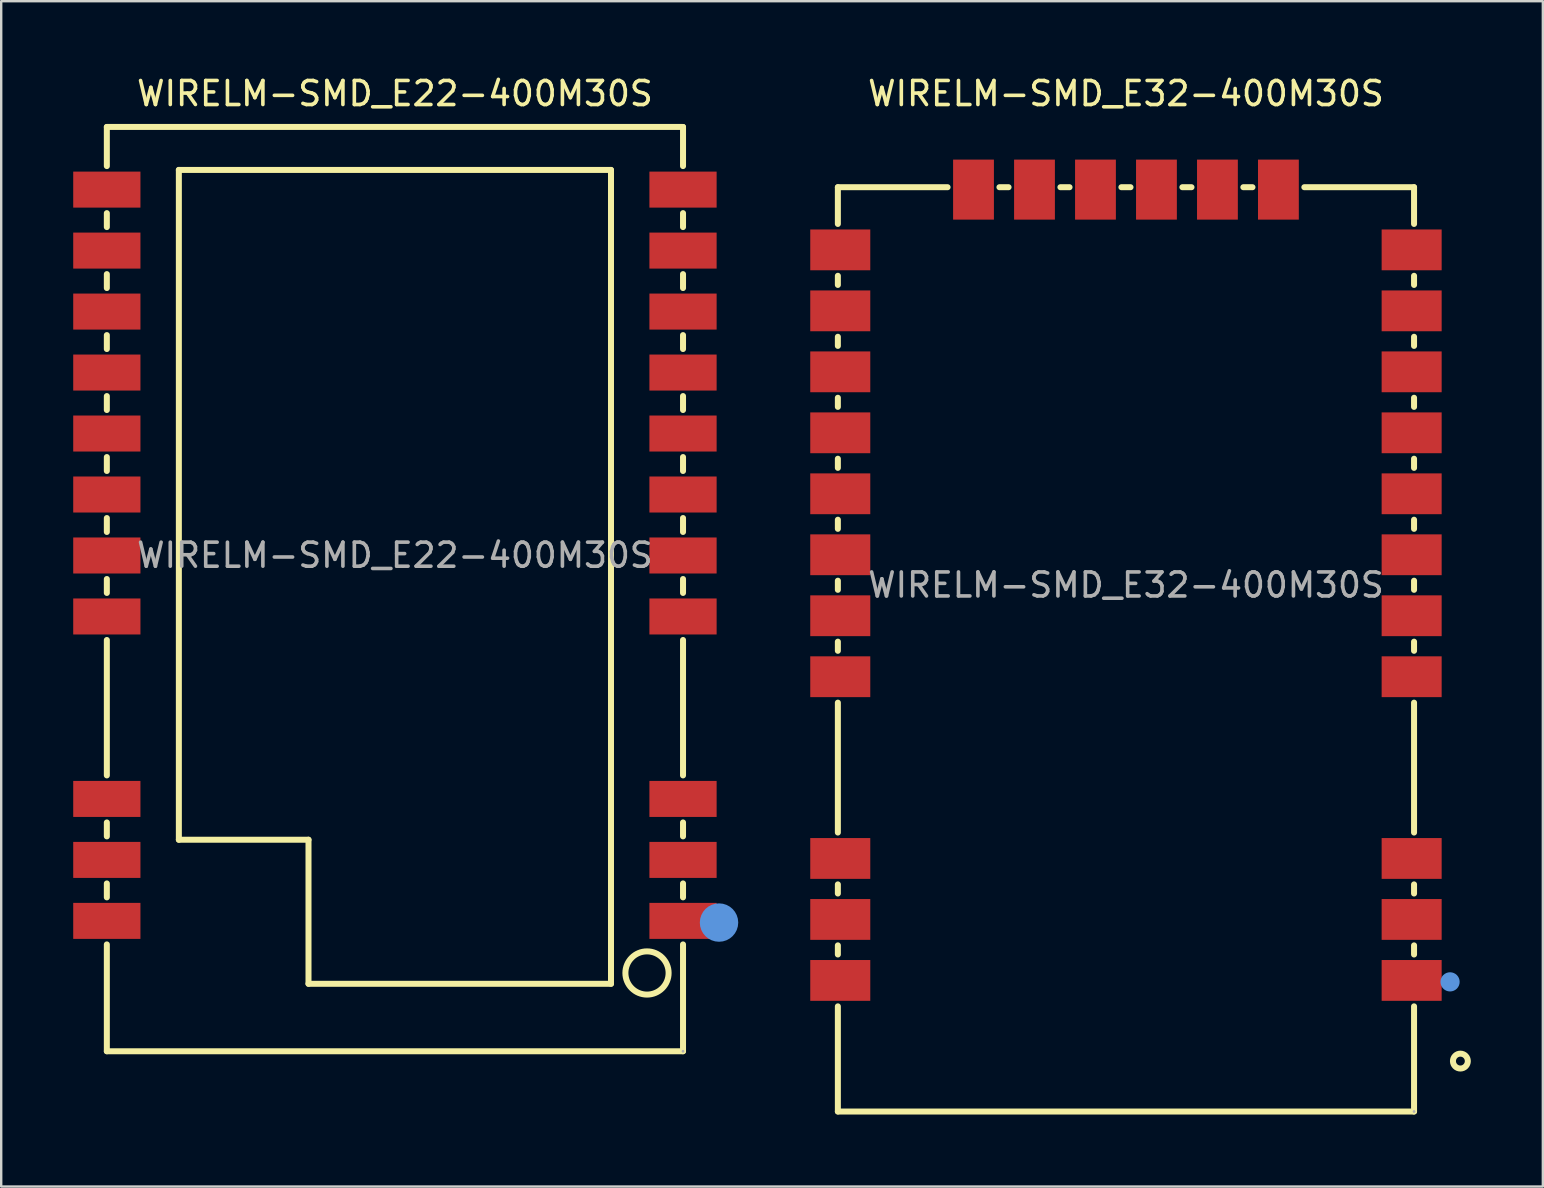
<source format=kicad_pcb>
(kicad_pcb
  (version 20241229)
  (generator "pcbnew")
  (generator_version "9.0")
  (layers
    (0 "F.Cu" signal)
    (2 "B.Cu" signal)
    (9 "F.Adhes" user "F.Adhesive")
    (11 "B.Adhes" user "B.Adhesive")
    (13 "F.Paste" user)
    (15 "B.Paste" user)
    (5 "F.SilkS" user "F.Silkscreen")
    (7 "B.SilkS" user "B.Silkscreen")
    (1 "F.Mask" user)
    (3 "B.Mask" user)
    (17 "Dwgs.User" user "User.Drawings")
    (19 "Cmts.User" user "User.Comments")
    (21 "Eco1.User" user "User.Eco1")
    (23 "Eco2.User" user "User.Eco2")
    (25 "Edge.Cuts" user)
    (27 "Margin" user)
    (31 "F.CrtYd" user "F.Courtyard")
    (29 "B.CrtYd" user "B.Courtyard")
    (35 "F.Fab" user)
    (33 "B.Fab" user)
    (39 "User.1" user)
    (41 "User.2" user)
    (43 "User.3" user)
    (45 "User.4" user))
  (footprint "WIRELM-SMD_E32-400M30S"
    (layer "F.Cu")
    (at 43.85 21.318)
    (property "Reference" "WIRELM-SMD_E32-400M30S" (at 0 -20.47 0) (layer "F.SilkS") (effects (font (size 1 1) (thickness 0.15))))
    (attr smd)
    (fp_line (start -12 -16.57) (end -12 -15.04) (stroke (width 0.25) (type solid)) (layer "F.SilkS"))
    (fp_line (start -12 -12.88) (end -12 -12.5) (stroke (width 0.25) (type solid)) (layer "F.SilkS"))
    (fp_line (start -12 -10.34) (end -12 -9.96) (stroke (width 0.25) (type solid)) (layer "F.SilkS"))
    (fp_line (start -12 -7.8) (end -12 -7.42) (stroke (width 0.25) (type solid)) (layer "F.SilkS"))
    (fp_line (start -12 -5.26) (end -12 -4.88) (stroke (width 0.25) (type solid)) (layer "F.SilkS"))
    (fp_line (start -12 -2.72) (end -12 -2.34) (stroke (width 0.25) (type solid)) (layer "F.SilkS"))
    (fp_line (start -12 -0.18) (end -12 0.2) (stroke (width 0.25) (type solid)) (layer "F.SilkS"))
    (fp_line (start -12 2.36) (end -12 2.74) (stroke (width 0.25) (type solid)) (layer "F.SilkS"))
    (fp_line (start -12 4.9) (end -12 10.31) (stroke (width 0.25) (type solid)) (layer "F.SilkS"))
    (fp_line (start -12 12.47) (end -12 12.85) (stroke (width 0.25) (type solid)) (layer "F.SilkS"))
    (fp_line (start -12 15.01) (end -12 15.39) (stroke (width 0.25) (type solid)) (layer "F.SilkS"))
    (fp_line (start -12 17.55) (end -12 21.93) (stroke (width 0.25) (type solid)) (layer "F.SilkS"))
    (fp_line (start -12 21.93) (end 12 21.93) (stroke (width 0.25) (type solid)) (layer "F.SilkS"))
    (fp_line (start -7.43 -16.57) (end -12 -16.57) (stroke (width 0.25) (type solid)) (layer "F.SilkS"))
    (fp_line (start -4.89 -16.57) (end -5.27 -16.57) (stroke (width 0.25) (type solid)) (layer "F.SilkS"))
    (fp_line (start -2.35 -16.57) (end -2.73 -16.57) (stroke (width 0.25) (type solid)) (layer "F.SilkS"))
    (fp_line (start 0.19 -16.57) (end -0.19 -16.57) (stroke (width 0.25) (type solid)) (layer "F.SilkS"))
    (fp_line (start 2.73 -16.57) (end 2.35 -16.57) (stroke (width 0.25) (type solid)) (layer "F.SilkS"))
    (fp_line (start 5.27 -16.57) (end 4.89 -16.57) (stroke (width 0.25) (type solid)) (layer "F.SilkS"))
    (fp_line (start 12 -16.57) (end 7.43 -16.57) (stroke (width 0.25) (type solid)) (layer "F.SilkS"))
    (fp_line (start 12 -15.04) (end 12 -16.57) (stroke (width 0.25) (type solid)) (layer "F.SilkS"))
    (fp_line (start 12 -12.5) (end 12 -12.88) (stroke (width 0.25) (type solid)) (layer "F.SilkS"))
    (fp_line (start 12 -9.96) (end 12 -10.34) (stroke (width 0.25) (type solid)) (layer "F.SilkS"))
    (fp_line (start 12 -7.42) (end 12 -7.8) (stroke (width 0.25) (type solid)) (layer "F.SilkS"))
    (fp_line (start 12 -4.88) (end 12 -5.26) (stroke (width 0.25) (type solid)) (layer "F.SilkS"))
    (fp_line (start 12 -2.34) (end 12 -2.72) (stroke (width 0.25) (type solid)) (layer "F.SilkS"))
    (fp_line (start 12 0.2) (end 12 -0.18) (stroke (width 0.25) (type solid)) (layer "F.SilkS"))
    (fp_line (start 12 2.74) (end 12 2.36) (stroke (width 0.25) (type solid)) (layer "F.SilkS"))
    (fp_line (start 12 10.31) (end 12 4.9) (stroke (width 0.25) (type solid)) (layer "F.SilkS"))
    (fp_line (start 12 12.85) (end 12 12.47) (stroke (width 0.25) (type solid)) (layer "F.SilkS"))
    (fp_line (start 12 15.39) (end 12 15.01) (stroke (width 0.25) (type solid)) (layer "F.SilkS"))
    (fp_line (start 12 21.93) (end 12 17.55) (stroke (width 0.25) (type solid)) (layer "F.SilkS"))
    (fp_circle (center 13.93 19.83) (end 14.24 19.83) (stroke (width 0.25) (type solid)) (fill no) (layer "F.SilkS"))
    (fp_circle (center 13.5 16.53) (end 13.7 16.53) (stroke (width 0.4) (type solid)) (fill no) (layer "Cmts.User"))
    (fp_circle (center 12 21.93) (end 12.03 21.93) (stroke (width 0.06) (type solid)) (fill no) (layer "F.Fab"))
    (fp_text user "${REFERENCE}" (at 0 0 0) (layer "F.Fab") (effects (font (size 1 1) (thickness 0.15))))
    (pad "1" smd rect (at 11.9 16.47 180) (size 2.5 1.7) (layers "F.Cu" "F.Mask" "F.Paste"))
    (pad "2" smd rect (at 11.9 13.93 180) (size 2.5 1.7) (layers "F.Cu" "F.Mask" "F.Paste"))
    (pad "3" smd rect (at 11.9 11.39 180) (size 2.5 1.7) (layers "F.Cu" "F.Mask" "F.Paste"))
    (pad "4" smd rect (at 11.9 3.82) (size 2.5 1.7) (layers "F.Cu" "F.Mask" "F.Paste"))
    (pad "5" smd rect (at 11.9 1.28) (size 2.5 1.7) (layers "F.Cu" "F.Mask" "F.Paste"))
    (pad "6" smd rect (at 11.9 -1.26) (size 2.5 1.7) (layers "F.Cu" "F.Mask" "F.Paste"))
    (pad "7" smd rect (at 11.9 -3.8) (size 2.5 1.7) (layers "F.Cu" "F.Mask" "F.Paste"))
    (pad "8" smd rect (at 11.9 -6.34) (size 2.5 1.7) (layers "F.Cu" "F.Mask" "F.Paste"))
    (pad "9" smd rect (at 11.9 -8.88) (size 2.5 1.7) (layers "F.Cu" "F.Mask" "F.Paste"))
    (pad "10" smd rect (at 11.9 -11.42) (size 2.5 1.7) (layers "F.Cu" "F.Mask" "F.Paste"))
    (pad "11" smd rect (at 11.9 -13.96) (size 2.5 1.7) (layers "F.Cu" "F.Mask" "F.Paste"))
    (pad "12" smd rect (at 6.35 -16.47 90) (size 2.5 1.7) (layers "F.Cu" "F.Mask" "F.Paste"))
    (pad "13" smd rect (at 3.81 -16.47 90) (size 2.5 1.7) (layers "F.Cu" "F.Mask" "F.Paste"))
    (pad "14" smd rect (at 1.27 -16.47 90) (size 2.5 1.7) (layers "F.Cu" "F.Mask" "F.Paste"))
    (pad "15" smd rect (at -1.27 -16.47 90) (size 2.5 1.7) (layers "F.Cu" "F.Mask" "F.Paste"))
    (pad "16" smd rect (at -3.81 -16.47 90) (size 2.5 1.7) (layers "F.Cu" "F.Mask" "F.Paste"))
    (pad "17" smd rect (at -6.35 -16.47 90) (size 2.5 1.7) (layers "F.Cu" "F.Mask" "F.Paste"))
    (pad "18" smd rect (at -11.9 -13.96) (size 2.5 1.7) (layers "F.Cu" "F.Mask" "F.Paste"))
    (pad "19" smd rect (at -11.9 -11.42) (size 2.5 1.7) (layers "F.Cu" "F.Mask" "F.Paste"))
    (pad "20" smd rect (at -11.9 -8.88) (size 2.5 1.7) (layers "F.Cu" "F.Mask" "F.Paste"))
    (pad "21" smd rect (at -11.9 -6.34) (size 2.5 1.7) (layers "F.Cu" "F.Mask" "F.Paste"))
    (pad "22" smd rect (at -11.9 -3.8) (size 2.5 1.7) (layers "F.Cu" "F.Mask" "F.Paste"))
    (pad "23" smd rect (at -11.9 -1.26) (size 2.5 1.7) (layers "F.Cu" "F.Mask" "F.Paste"))
    (pad "24" smd rect (at -11.9 1.28) (size 2.5 1.7) (layers "F.Cu" "F.Mask" "F.Paste"))
    (pad "25" smd rect (at -11.9 3.82) (size 2.5 1.7) (layers "F.Cu" "F.Mask" "F.Paste"))
    (pad "26" smd rect (at -11.9 11.39 180) (size 2.5 1.7) (layers "F.Cu" "F.Mask" "F.Paste"))
    (pad "27" smd rect (at -11.9 13.93 180) (size 2.5 1.7) (layers "F.Cu" "F.Mask" "F.Paste"))
    (pad "28" smd rect (at -11.9 16.47 180) (size 2.5 1.7) (layers "F.Cu" "F.Mask" "F.Paste")))
  (footprint "WIRELM-SMD_E22-400M30S"
    (layer "F.Cu")
    (at 13.4 20.078)
    (property "Reference" "WIRELM-SMD_E22-400M30S" (at 0 -19.23 0) (layer "F.SilkS") (effects (font (size 1 1) (thickness 0.15))))
    (attr through_hole)
    (fp_line (start -12 -17.84) (end -12 -16.21) (stroke (width 0.25) (type solid)) (layer "F.SilkS"))
    (fp_line (start -12 -17.84) (end 12 -17.84) (stroke (width 0.25) (type solid)) (layer "F.SilkS"))
    (fp_line (start -12 -14.25) (end -12 -13.67) (stroke (width 0.25) (type solid)) (layer "F.SilkS"))
    (fp_line (start -12 -11.71) (end -12 -11.13) (stroke (width 0.25) (type solid)) (layer "F.SilkS"))
    (fp_line (start -12 -9.17) (end -12 -8.59) (stroke (width 0.25) (type solid)) (layer "F.SilkS"))
    (fp_line (start -12 -6.63) (end -12 -6.05) (stroke (width 0.25) (type solid)) (layer "F.SilkS"))
    (fp_line (start -12 -4.09) (end -12 -3.51) (stroke (width 0.25) (type solid)) (layer "F.SilkS"))
    (fp_line (start -12 -1.55) (end -12 -0.97) (stroke (width 0.25) (type solid)) (layer "F.SilkS"))
    (fp_line (start -12 0.99) (end -12 1.57) (stroke (width 0.25) (type solid)) (layer "F.SilkS"))
    (fp_line (start -12 3.53) (end -12 9.17) (stroke (width 0.25) (type solid)) (layer "F.SilkS"))
    (fp_line (start -12 11.13) (end -12 11.71) (stroke (width 0.25) (type solid)) (layer "F.SilkS"))
    (fp_line (start -12 13.67) (end -12 14.25) (stroke (width 0.25) (type solid)) (layer "F.SilkS"))
    (fp_line (start -12 16.21) (end -12 20.66) (stroke (width 0.25) (type solid)) (layer "F.SilkS"))
    (fp_line (start -12 20.66) (end 12 20.66) (stroke (width 0.25) (type solid)) (layer "F.SilkS"))
    (fp_line (start -9 -16.05) (end 9 -16.05) (stroke (width 0.25) (type solid)) (layer "F.SilkS"))
    (fp_line (start -9 11.85) (end -9 -16.05) (stroke (width 0.25) (type solid)) (layer "F.SilkS"))
    (fp_line (start -3.6 11.85) (end -9 11.85) (stroke (width 0.25) (type solid)) (layer "F.SilkS"))
    (fp_line (start -3.6 17.85) (end -3.6 11.85) (stroke (width 0.25) (type solid)) (layer "F.SilkS"))
    (fp_line (start 9 -16.05) (end 9 17.85) (stroke (width 0.25) (type solid)) (layer "F.SilkS"))
    (fp_line (start 9 17.85) (end -3.6 17.85) (stroke (width 0.25) (type solid)) (layer "F.SilkS"))
    (fp_line (start 12 -17.84) (end 12 -16.21) (stroke (width 0.25) (type solid)) (layer "F.SilkS"))
    (fp_line (start 12 -14.25) (end 12 -13.67) (stroke (width 0.25) (type solid)) (layer "F.SilkS"))
    (fp_line (start 12 -11.71) (end 12 -11.13) (stroke (width 0.25) (type solid)) (layer "F.SilkS"))
    (fp_line (start 12 -9.17) (end 12 -8.59) (stroke (width 0.25) (type solid)) (layer "F.SilkS"))
    (fp_line (start 12 -6.63) (end 12 -6.05) (stroke (width 0.25) (type solid)) (layer "F.SilkS"))
    (fp_line (start 12 -4.09) (end 12 -3.51) (stroke (width 0.25) (type solid)) (layer "F.SilkS"))
    (fp_line (start 12 -1.55) (end 12 -0.97) (stroke (width 0.25) (type solid)) (layer "F.SilkS"))
    (fp_line (start 12 0.99) (end 12 1.57) (stroke (width 0.25) (type solid)) (layer "F.SilkS"))
    (fp_line (start 12 3.53) (end 12 9.17) (stroke (width 0.25) (type solid)) (layer "F.SilkS"))
    (fp_line (start 12 11.13) (end 12 11.71) (stroke (width 0.25) (type solid)) (layer "F.SilkS"))
    (fp_line (start 12 13.67) (end 12 14.25) (stroke (width 0.25) (type solid)) (layer "F.SilkS"))
    (fp_line (start 12 16.21) (end 12 20.66) (stroke (width 0.25) (type solid)) (layer "F.SilkS"))
    (fp_circle (center 10.5 17.4) (end 11.4 17.4) (stroke (width 0.25) (type solid)) (fill no) (layer "F.SilkS"))
    (fp_circle (center 13.5 15.3) (end 13.9 15.3) (stroke (width 0.8) (type solid)) (fill no) (layer "Cmts.User"))
    (fp_circle (center 12 20.66) (end 12.03 20.66) (stroke (width 0.06) (type solid)) (fill no) (layer "F.Fab"))
    (fp_text user "${REFERENCE}" (at 0 0 0) (layer "F.Fab") (effects (font (size 1 1) (thickness 0.15))))
    (pad "1" smd rect (at 12 15.23) (size 2.8 1.5) (layers "F.Cu" "F.Mask" "F.Paste"))
    (pad "2" smd rect (at 12 12.69) (size 2.8 1.5) (layers "F.Cu" "F.Mask" "F.Paste"))
    (pad "3" smd rect (at 12 10.15) (size 2.8 1.5) (layers "F.Cu" "F.Mask" "F.Paste"))
    (pad "4" smd rect (at 12 2.55) (size 2.8 1.5) (layers "F.Cu" "F.Mask" "F.Paste"))
    (pad "5" smd rect (at 12 0.01) (size 2.8 1.5) (layers "F.Cu" "F.Mask" "F.Paste"))
    (pad "6" smd rect (at 12 -2.53) (size 2.8 1.5) (layers "F.Cu" "F.Mask" "F.Paste"))
    (pad "7" smd rect (at 12 -5.07) (size 2.8 1.5) (layers "F.Cu" "F.Mask" "F.Paste"))
    (pad "8" smd rect (at 12 -7.61) (size 2.8 1.5) (layers "F.Cu" "F.Mask" "F.Paste"))
    (pad "9" smd rect (at 12 -10.15) (size 2.8 1.5) (layers "F.Cu" "F.Mask" "F.Paste"))
    (pad "10" smd rect (at 12 -12.69) (size 2.8 1.5) (layers "F.Cu" "F.Mask" "F.Paste"))
    (pad "11" smd rect (at 12 -15.23) (size 2.8 1.5) (layers "F.Cu" "F.Mask" "F.Paste"))
    (pad "12" smd rect (at -12 -15.23) (size 2.8 1.5) (layers "F.Cu" "F.Mask" "F.Paste"))
    (pad "13" smd rect (at -12 -12.69) (size 2.8 1.5) (layers "F.Cu" "F.Mask" "F.Paste"))
    (pad "14" smd rect (at -12 -10.15) (size 2.8 1.5) (layers "F.Cu" "F.Mask" "F.Paste"))
    (pad "15" smd rect (at -12 -7.61) (size 2.8 1.5) (layers "F.Cu" "F.Mask" "F.Paste"))
    (pad "16" smd rect (at -12 -5.07) (size 2.8 1.5) (layers "F.Cu" "F.Mask" "F.Paste"))
    (pad "17" smd rect (at -12 -2.53) (size 2.8 1.5) (layers "F.Cu" "F.Mask" "F.Paste"))
    (pad "18" smd rect (at -12 0.01) (size 2.8 1.5) (layers "F.Cu" "F.Mask" "F.Paste"))
    (pad "19" smd rect (at -12 2.55) (size 2.8 1.5) (layers "F.Cu" "F.Mask" "F.Paste"))
    (pad "20" smd rect (at -12 10.15) (size 2.8 1.5) (layers "F.Cu" "F.Mask" "F.Paste"))
    (pad "21" smd rect (at -12 12.69) (size 2.8 1.5) (layers "F.Cu" "F.Mask" "F.Paste"))
    (pad "22" smd rect (at -12 15.23) (size 2.8 1.5) (layers "F.Cu" "F.Mask" "F.Paste")))
  (gr_rect
    (start -3 -3)
    (end 61.215 46.373)
    (stroke (width 0.1) (type default))
    (fill no)
    (layer "Edge.Cuts")))
</source>
